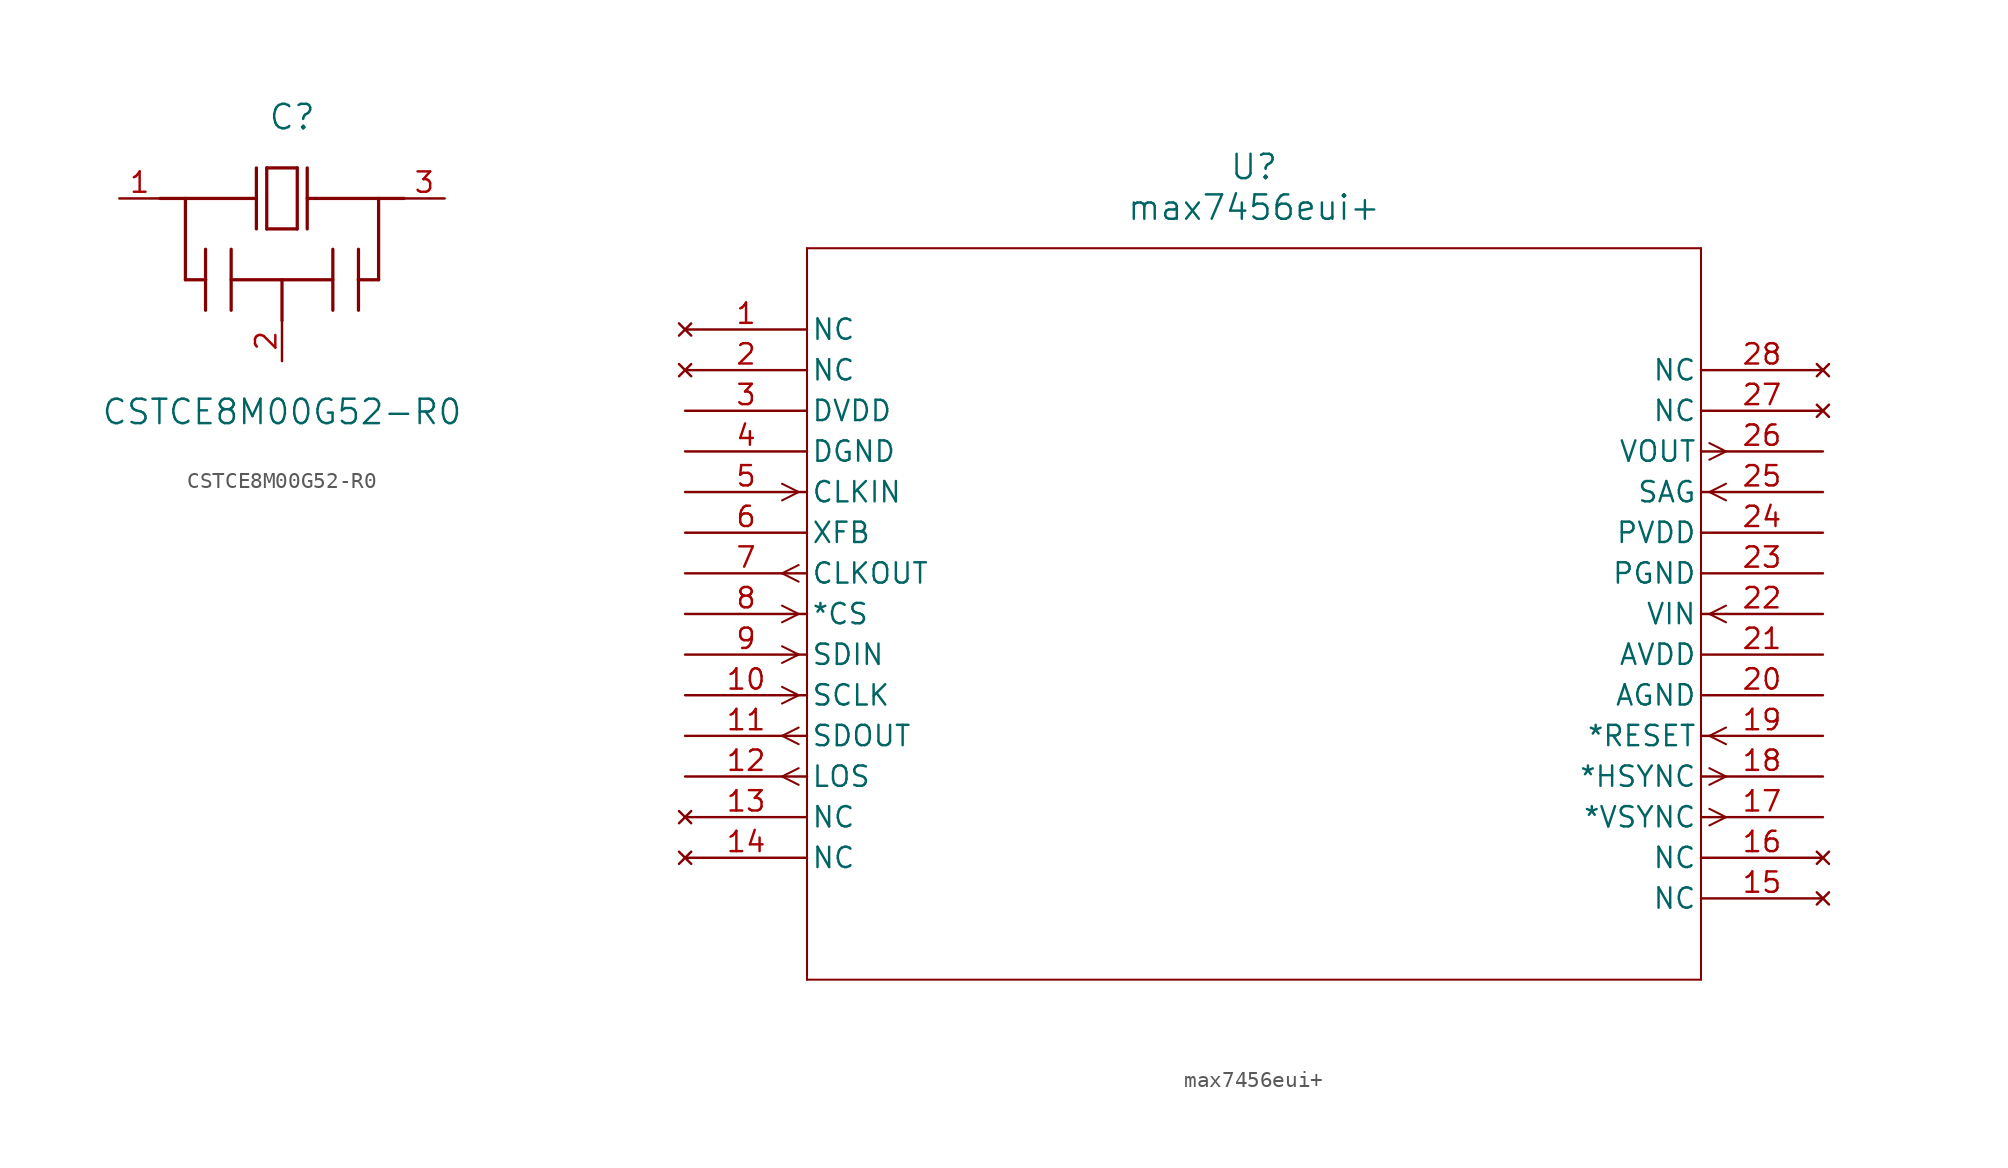
<source format=kicad_sym>
(kicad_symbol_lib
  (version 20241209)
  (generator "kicad_symbol_editor")
  (generator_version "9.0")
  (symbol "CSTCE8M00G52-R0"
    (pin_names
      (offset 0.254))
    (property "Reference" "C"
      (at 10.795 5.08 0)
      (effects (font (size 1.524 1.524))))
    (property "Value" "CSTCE8M00G52-R0"
      (at 10.16 -13.335 0)
      (effects (font (size 1.524 1.524))))
    (property "ki_locked" ""
      (at 0 0 0)
      (effects (font (size 1.27 1.27))))
    (symbol "CSTCE8M00G52-R0_0_1"
      (polyline (pts (xy 2.54 0) (xy 8.572 0)) (stroke (width 0.203) (type default)) (fill (type none)))
      (polyline (pts (xy 4.128 0) (xy 4.128 -5.08)) (stroke (width 0.203) (type default)) (fill (type none)))
      (polyline (pts (xy 5.385 -6.985) (xy 5.385 -3.175)) (stroke (width 0.203) (type default)) (fill (type none)))
      (polyline (pts (xy 5.397 -5.08) (xy 4.128 -5.08)) (stroke (width 0.203) (type default)) (fill (type none)))
      (polyline (pts (xy 6.985 -5.08) (xy 13.335 -5.08)) (stroke (width 0.203) (type default)) (fill (type none)))
      (polyline (pts (xy 6.985 -6.985) (xy 6.985 -3.175)) (stroke (width 0.203) (type default)) (fill (type none)))
      (polyline (pts (xy 8.56 -1.905) (xy 8.56 1.905)) (stroke (width 0.203) (type default)) (fill (type none)))
      (polyline (pts (xy 9.207 -1.905) (xy 9.207 1.905)) (stroke (width 0.203) (type default)) (fill (type none)))
      (polyline (pts (xy 9.207 -1.905) (xy 11.113 -1.905)) (stroke (width 0.203) (type default)) (fill (type none)))
      (polyline (pts (xy 10.16 -7.62) (xy 10.16 -5.08)) (stroke (width 0.203) (type default)) (fill (type none)))
      (polyline (pts (xy 11.113 1.905) (xy 9.207 1.905)) (stroke (width 0.203) (type default)) (fill (type none)))
      (polyline (pts (xy 11.113 1.905) (xy 11.113 -1.905)) (stroke (width 0.203) (type default)) (fill (type none)))
      (polyline (pts (xy 11.735 0) (xy 17.78 0)) (stroke (width 0.203) (type default)) (fill (type none)))
      (polyline (pts (xy 11.735 -1.905) (xy 11.735 1.905)) (stroke (width 0.203) (type default)) (fill (type none)))
      (polyline (pts (xy 13.335 -6.985) (xy 13.335 -3.175)) (stroke (width 0.203) (type default)) (fill (type none)))
      (polyline (pts (xy 14.922 -5.08) (xy 16.192 -5.08)) (stroke (width 0.203) (type default)) (fill (type none)))
      (polyline (pts (xy 14.935 -6.985) (xy 14.935 -3.175)) (stroke (width 0.203) (type default)) (fill (type none)))
      (polyline (pts (xy 16.192 0) (xy 16.192 -5.08)) (stroke (width 0.203) (type default)) (fill (type none)))
      (pin unspecified line (at 0 0 0) (length 2.54) (name "" (effects (font (size 1.27 1.27)))) (number "1" (effects (font (size 1.27 1.27)))))
      (pin unspecified line (at 10.16 -10.16 90) (length 2.54) (name "" (effects (font (size 1.27 1.27)))) (number "2" (effects (font (size 1.27 1.27)))))
      (pin unspecified line (at 20.32 0 180) (length 2.54) (name "" (effects (font (size 1.27 1.27)))) (number "3" (effects (font (size 1.27 1.27)))))))
  (symbol "max7456eui+"
    (pin_names
      (offset 0.254))
    (property "Reference" "U"
      (at 35.56 10.16 0)
      (effects (font (size 1.524 1.524))))
    (property "Value" "max7456eui+"
      (at 35.56 7.62 0)
      (effects (font (size 1.524 1.524))))
    (property "ki_locked" ""
      (at 0 0 0)
      (effects (font (size 1.27 1.27))))
    (symbol "max7456eui+_0_1"
      (polyline (pts (xy 7.099 -10.16) (xy 6.058 -9.639)) (stroke (width 0.127) (type default)) (fill (type none)))
      (polyline (pts (xy 7.099 -10.16) (xy 6.058 -10.681)) (stroke (width 0.127) (type default)) (fill (type none)))
      (polyline (pts (xy 7.099 -14.719) (xy 6.058 -15.24)) (stroke (width 0.127) (type default)) (fill (type none)))
      (polyline (pts (xy 7.099 -15.761) (xy 6.058 -15.24)) (stroke (width 0.127) (type default)) (fill (type none)))
      (polyline (pts (xy 7.099 -17.78) (xy 6.058 -17.259)) (stroke (width 0.127) (type default)) (fill (type none)))
      (polyline (pts (xy 7.099 -17.78) (xy 6.058 -18.301)) (stroke (width 0.127) (type default)) (fill (type none)))
      (polyline (pts (xy 7.099 -20.32) (xy 6.058 -19.799)) (stroke (width 0.127) (type default)) (fill (type none)))
      (polyline (pts (xy 7.099 -20.32) (xy 6.058 -20.841)) (stroke (width 0.127) (type default)) (fill (type none)))
      (polyline (pts (xy 7.099 -22.86) (xy 6.058 -22.339)) (stroke (width 0.127) (type default)) (fill (type none)))
      (polyline (pts (xy 7.099 -22.86) (xy 6.058 -23.381)) (stroke (width 0.127) (type default)) (fill (type none)))
      (polyline (pts (xy 7.099 -24.879) (xy 6.058 -25.4)) (stroke (width 0.127) (type default)) (fill (type none)))
      (polyline (pts (xy 7.099 -25.921) (xy 6.058 -25.4)) (stroke (width 0.127) (type default)) (fill (type none)))
      (polyline (pts (xy 7.099 -27.419) (xy 6.058 -27.94)) (stroke (width 0.127) (type default)) (fill (type none)))
      (polyline (pts (xy 7.099 -28.461) (xy 6.058 -27.94)) (stroke (width 0.127) (type default)) (fill (type none)))
      (polyline (pts (xy 7.62 5.08) (xy 7.62 -40.64)) (stroke (width 0.127) (type default)) (fill (type none)))
      (polyline (pts (xy 7.62 -40.64) (xy 63.5 -40.64)) (stroke (width 0.127) (type default)) (fill (type none)))
      (polyline (pts (xy 63.5 5.08) (xy 7.62 5.08)) (stroke (width 0.127) (type default)) (fill (type none)))
      (polyline (pts (xy 63.5 -40.64) (xy 63.5 5.08)) (stroke (width 0.127) (type default)) (fill (type none)))
      (polyline (pts (xy 64.021 -7.099) (xy 65.062 -7.62)) (stroke (width 0.127) (type default)) (fill (type none)))
      (polyline (pts (xy 64.021 -8.141) (xy 65.062 -7.62)) (stroke (width 0.127) (type default)) (fill (type none)))
      (polyline (pts (xy 64.021 -10.16) (xy 65.062 -9.639)) (stroke (width 0.127) (type default)) (fill (type none)))
      (polyline (pts (xy 64.021 -10.16) (xy 65.062 -10.681)) (stroke (width 0.127) (type default)) (fill (type none)))
      (polyline (pts (xy 64.021 -17.78) (xy 65.062 -17.259)) (stroke (width 0.127) (type default)) (fill (type none)))
      (polyline (pts (xy 64.021 -17.78) (xy 65.062 -18.301)) (stroke (width 0.127) (type default)) (fill (type none)))
      (polyline (pts (xy 64.021 -25.4) (xy 65.062 -24.879)) (stroke (width 0.127) (type default)) (fill (type none)))
      (polyline (pts (xy 64.021 -25.4) (xy 65.062 -25.921)) (stroke (width 0.127) (type default)) (fill (type none)))
      (polyline (pts (xy 64.021 -27.419) (xy 65.062 -27.94)) (stroke (width 0.127) (type default)) (fill (type none)))
      (polyline (pts (xy 64.021 -28.461) (xy 65.062 -27.94)) (stroke (width 0.127) (type default)) (fill (type none)))
      (polyline (pts (xy 64.021 -29.959) (xy 65.062 -30.48)) (stroke (width 0.127) (type default)) (fill (type none)))
      (polyline (pts (xy 64.021 -31.001) (xy 65.062 -30.48)) (stroke (width 0.127) (type default)) (fill (type none)))
      (pin no_connect line (at 0 0 0) (length 7.62) (name "NC" (effects (font (size 1.27 1.27)))) (number "1" (effects (font (size 1.27 1.27)))))
      (pin no_connect line (at 0 -2.54 0) (length 7.62) (name "NC" (effects (font (size 1.27 1.27)))) (number "2" (effects (font (size 1.27 1.27)))))
      (pin power_in line (at 0 -5.08 0) (length 7.62) (name "DVDD" (effects (font (size 1.27 1.27)))) (number "3" (effects (font (size 1.27 1.27)))))
      (pin power_in line (at 0 -7.62 0) (length 7.62) (name "DGND" (effects (font (size 1.27 1.27)))) (number "4" (effects (font (size 1.27 1.27)))))
      (pin input line (at 0 -10.16 0) (length 7.62) (name "CLKIN" (effects (font (size 1.27 1.27)))) (number "5" (effects (font (size 1.27 1.27)))))
      (pin unspecified line (at 0 -12.7 0) (length 7.62) (name "XFB" (effects (font (size 1.27 1.27)))) (number "6" (effects (font (size 1.27 1.27)))))
      (pin output line (at 0 -15.24 0) (length 7.62) (name "CLKOUT" (effects (font (size 1.27 1.27)))) (number "7" (effects (font (size 1.27 1.27)))))
      (pin input line (at 0 -17.78 0) (length 7.62) (name "*CS" (effects (font (size 1.27 1.27)))) (number "8" (effects (font (size 1.27 1.27)))))
      (pin input line (at 0 -20.32 0) (length 7.62) (name "SDIN" (effects (font (size 1.27 1.27)))) (number "9" (effects (font (size 1.27 1.27)))))
      (pin input line (at 0 -22.86 0) (length 7.62) (name "SCLK" (effects (font (size 1.27 1.27)))) (number "10" (effects (font (size 1.27 1.27)))))
      (pin output line (at 0 -25.4 0) (length 7.62) (name "SDOUT" (effects (font (size 1.27 1.27)))) (number "11" (effects (font (size 1.27 1.27)))))
      (pin output line (at 0 -27.94 0) (length 7.62) (name "LOS" (effects (font (size 1.27 1.27)))) (number "12" (effects (font (size 1.27 1.27)))))
      (pin no_connect line (at 0 -30.48 0) (length 7.62) (name "NC" (effects (font (size 1.27 1.27)))) (number "13" (effects (font (size 1.27 1.27)))))
      (pin no_connect line (at 0 -33.02 0) (length 7.62) (name "NC" (effects (font (size 1.27 1.27)))) (number "14" (effects (font (size 1.27 1.27)))))
      (pin no_connect line (at 71.12 -2.54 180) (length 7.62) (name "NC" (effects (font (size 1.27 1.27)))) (number "28" (effects (font (size 1.27 1.27)))))
      (pin no_connect line (at 71.12 -5.08 180) (length 7.62) (name "NC" (effects (font (size 1.27 1.27)))) (number "27" (effects (font (size 1.27 1.27)))))
      (pin output line (at 71.12 -7.62 180) (length 7.62) (name "VOUT" (effects (font (size 1.27 1.27)))) (number "26" (effects (font (size 1.27 1.27)))))
      (pin input line (at 71.12 -10.16 180) (length 7.62) (name "SAG" (effects (font (size 1.27 1.27)))) (number "25" (effects (font (size 1.27 1.27)))))
      (pin power_in line (at 71.12 -12.7 180) (length 7.62) (name "PVDD" (effects (font (size 1.27 1.27)))) (number "24" (effects (font (size 1.27 1.27)))))
      (pin power_in line (at 71.12 -15.24 180) (length 7.62) (name "PGND" (effects (font (size 1.27 1.27)))) (number "23" (effects (font (size 1.27 1.27)))))
      (pin input line (at 71.12 -17.78 180) (length 7.62) (name "VIN" (effects (font (size 1.27 1.27)))) (number "22" (effects (font (size 1.27 1.27)))))
      (pin power_in line (at 71.12 -20.32 180) (length 7.62) (name "AVDD" (effects (font (size 1.27 1.27)))) (number "21" (effects (font (size 1.27 1.27)))))
      (pin power_in line (at 71.12 -22.86 180) (length 7.62) (name "AGND" (effects (font (size 1.27 1.27)))) (number "20" (effects (font (size 1.27 1.27)))))
      (pin input line (at 71.12 -25.4 180) (length 7.62) (name "*RESET" (effects (font (size 1.27 1.27)))) (number "19" (effects (font (size 1.27 1.27)))))
      (pin output line (at 71.12 -27.94 180) (length 7.62) (name "*HSYNC" (effects (font (size 1.27 1.27)))) (number "18" (effects (font (size 1.27 1.27)))))
      (pin output line (at 71.12 -30.48 180) (length 7.62) (name "*VSYNC" (effects (font (size 1.27 1.27)))) (number "17" (effects (font (size 1.27 1.27)))))
      (pin no_connect line (at 71.12 -33.02 180) (length 7.62) (name "NC" (effects (font (size 1.27 1.27)))) (number "16" (effects (font (size 1.27 1.27)))))
      (pin no_connect line (at 71.12 -35.56 180) (length 7.62) (name "NC" (effects (font (size 1.27 1.27)))) (number "15" (effects (font (size 1.27 1.27))))))))
</source>
